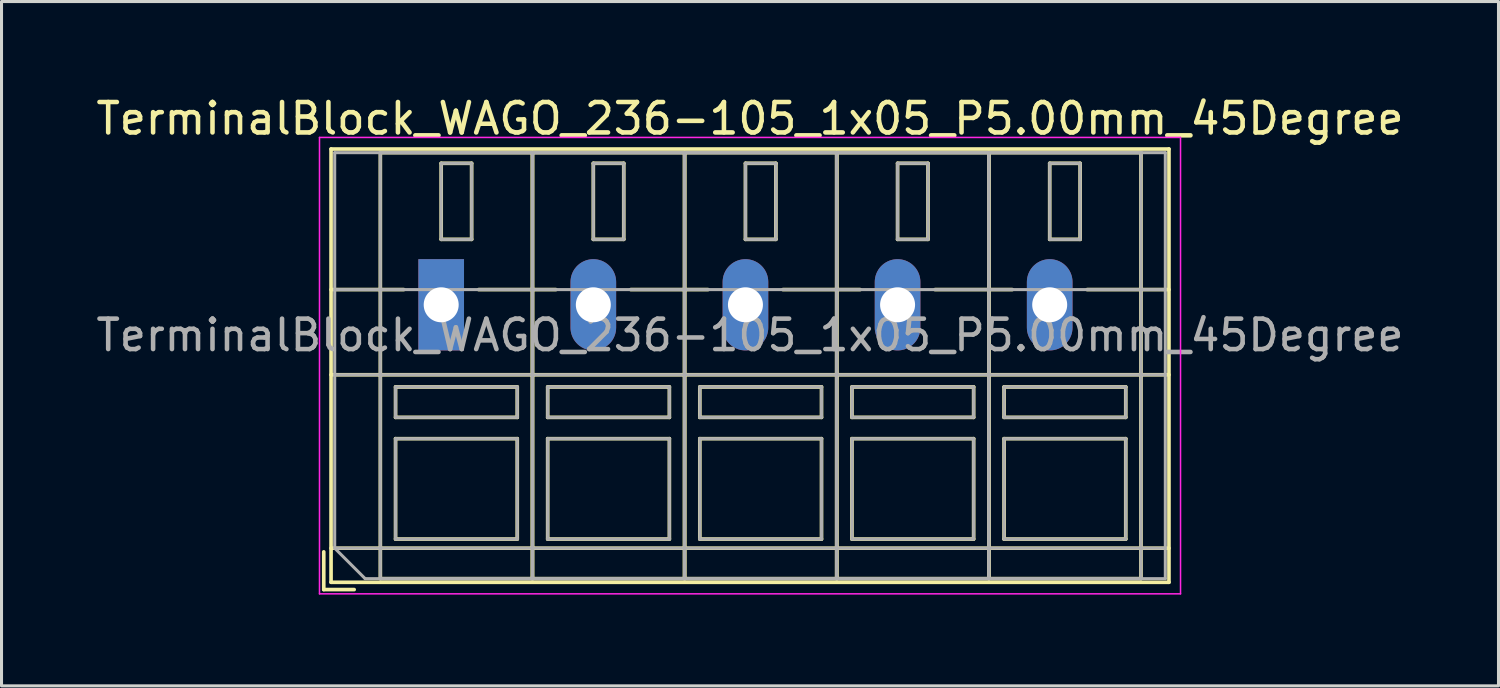
<source format=kicad_pcb>
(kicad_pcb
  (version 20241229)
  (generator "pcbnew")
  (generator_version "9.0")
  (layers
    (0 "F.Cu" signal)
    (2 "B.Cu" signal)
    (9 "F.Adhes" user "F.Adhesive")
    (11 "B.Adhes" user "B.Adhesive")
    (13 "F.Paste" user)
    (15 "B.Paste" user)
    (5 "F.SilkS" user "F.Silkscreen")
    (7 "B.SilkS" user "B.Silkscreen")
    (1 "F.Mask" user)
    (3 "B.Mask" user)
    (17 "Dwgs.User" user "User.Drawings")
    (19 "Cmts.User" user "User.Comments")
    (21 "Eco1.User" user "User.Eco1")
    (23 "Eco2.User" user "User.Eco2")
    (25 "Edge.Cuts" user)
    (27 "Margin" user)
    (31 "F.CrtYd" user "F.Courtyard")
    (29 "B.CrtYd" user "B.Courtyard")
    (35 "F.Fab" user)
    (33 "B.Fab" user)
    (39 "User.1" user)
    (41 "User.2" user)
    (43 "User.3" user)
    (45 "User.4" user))
  (footprint "TerminalBlock_WAGO_236-105_1x05_P5.00mm_45Degree"
    (layer "F.Cu")
    (at 11.451 6.968)
    (property "Reference" "TerminalBlock_WAGO_236-105_1x05_P5.00mm_45Degree" (at 10.15 -6.12 0) (layer "F.SilkS") (effects (font (size 1 1) (thickness 0.15))))
    (attr through_hole)
    (fp_line (start -3.86 8.12) (end -3.86 9.36) (stroke (width 0.12) (type solid)) (layer "F.SilkS"))
    (fp_line (start -3.86 9.36) (end -2.86 9.36) (stroke (width 0.12) (type solid)) (layer "F.SilkS"))
    (fp_line (start -3.62 -5.12) (end -3.62 9.12) (stroke (width 0.12) (type solid)) (layer "F.SilkS"))
    (fp_line (start -3.62 -5.12) (end 23.92 -5.12) (stroke (width 0.12) (type solid)) (layer "F.SilkS"))
    (fp_line (start -3.62 -0.5) (end -1.23 -0.5) (stroke (width 0.12) (type solid)) (layer "F.SilkS"))
    (fp_line (start -3.62 2.3) (end 23.92 2.3) (stroke (width 0.12) (type solid)) (layer "F.SilkS"))
    (fp_line (start -3.62 8) (end 23.92 8) (stroke (width 0.12) (type solid)) (layer "F.SilkS"))
    (fp_line (start -3.62 9.12) (end 23.92 9.12) (stroke (width 0.12) (type solid)) (layer "F.SilkS"))
    (fp_line (start -2 -5) (end -2 9) (stroke (width 0.12) (type solid)) (layer "F.SilkS"))
    (fp_line (start -2 -5) (end 3 -5) (stroke (width 0.12) (type solid)) (layer "F.SilkS"))
    (fp_line (start -2 9) (end 3 9) (stroke (width 0.12) (type solid)) (layer "F.SilkS"))
    (fp_line (start -1.5 2.7) (end -1.5 3.7) (stroke (width 0.12) (type solid)) (layer "F.SilkS"))
    (fp_line (start -1.5 2.7) (end 2.5 2.7) (stroke (width 0.12) (type solid)) (layer "F.SilkS"))
    (fp_line (start -1.5 3.7) (end 2.5 3.7) (stroke (width 0.12) (type solid)) (layer "F.SilkS"))
    (fp_line (start -1.5 4.4) (end -1.5 7.7) (stroke (width 0.12) (type solid)) (layer "F.SilkS"))
    (fp_line (start -1.5 4.4) (end 2.5 4.4) (stroke (width 0.12) (type solid)) (layer "F.SilkS"))
    (fp_line (start -1.5 7.7) (end 2.5 7.7) (stroke (width 0.12) (type solid)) (layer "F.SilkS"))
    (fp_line (start 0 -4.65) (end 0 -2.151) (stroke (width 0.12) (type solid)) (layer "F.SilkS"))
    (fp_line (start 0 -4.65) (end 1 -4.65) (stroke (width 0.12) (type solid)) (layer "F.SilkS"))
    (fp_line (start 0 -2.151) (end 1 -2.151) (stroke (width 0.12) (type solid)) (layer "F.SilkS"))
    (fp_line (start 1 -4.65) (end 1 -2.151) (stroke (width 0.12) (type solid)) (layer "F.SilkS"))
    (fp_line (start 1.23 -0.5) (end 3.77 -0.5) (stroke (width 0.12) (type solid)) (layer "F.SilkS"))
    (fp_line (start 2.5 2.7) (end 2.5 3.7) (stroke (width 0.12) (type solid)) (layer "F.SilkS"))
    (fp_line (start 2.5 4.4) (end 2.5 7.7) (stroke (width 0.12) (type solid)) (layer "F.SilkS"))
    (fp_line (start 3 -5) (end 3 9) (stroke (width 0.12) (type solid)) (layer "F.SilkS"))
    (fp_line (start 3 -5) (end 3 9) (stroke (width 0.12) (type solid)) (layer "F.SilkS"))
    (fp_line (start 3 -5) (end 8 -5) (stroke (width 0.12) (type solid)) (layer "F.SilkS"))
    (fp_line (start 3 9) (end 8 9) (stroke (width 0.12) (type solid)) (layer "F.SilkS"))
    (fp_line (start 3.5 2.7) (end 3.5 3.7) (stroke (width 0.12) (type solid)) (layer "F.SilkS"))
    (fp_line (start 3.5 2.7) (end 7.5 2.7) (stroke (width 0.12) (type solid)) (layer "F.SilkS"))
    (fp_line (start 3.5 3.7) (end 7.5 3.7) (stroke (width 0.12) (type solid)) (layer "F.SilkS"))
    (fp_line (start 3.5 4.4) (end 3.5 7.7) (stroke (width 0.12) (type solid)) (layer "F.SilkS"))
    (fp_line (start 3.5 4.4) (end 7.5 4.4) (stroke (width 0.12) (type solid)) (layer "F.SilkS"))
    (fp_line (start 3.5 7.7) (end 7.5 7.7) (stroke (width 0.12) (type solid)) (layer "F.SilkS"))
    (fp_line (start 5 -4.65) (end 5 -2.151) (stroke (width 0.12) (type solid)) (layer "F.SilkS"))
    (fp_line (start 5 -4.65) (end 6 -4.65) (stroke (width 0.12) (type solid)) (layer "F.SilkS"))
    (fp_line (start 5 -2.151) (end 6 -2.151) (stroke (width 0.12) (type solid)) (layer "F.SilkS"))
    (fp_line (start 6 -4.65) (end 6 -2.151) (stroke (width 0.12) (type solid)) (layer "F.SilkS"))
    (fp_line (start 6.23 -0.5) (end 8.77 -0.5) (stroke (width 0.12) (type solid)) (layer "F.SilkS"))
    (fp_line (start 7.5 2.7) (end 7.5 3.7) (stroke (width 0.12) (type solid)) (layer "F.SilkS"))
    (fp_line (start 7.5 4.4) (end 7.5 7.7) (stroke (width 0.12) (type solid)) (layer "F.SilkS"))
    (fp_line (start 8 -5) (end 8 9) (stroke (width 0.12) (type solid)) (layer "F.SilkS"))
    (fp_line (start 8 -5) (end 8 9) (stroke (width 0.12) (type solid)) (layer "F.SilkS"))
    (fp_line (start 8 -5) (end 13 -5) (stroke (width 0.12) (type solid)) (layer "F.SilkS"))
    (fp_line (start 8 9) (end 13 9) (stroke (width 0.12) (type solid)) (layer "F.SilkS"))
    (fp_line (start 8.5 2.7) (end 8.5 3.7) (stroke (width 0.12) (type solid)) (layer "F.SilkS"))
    (fp_line (start 8.5 2.7) (end 12.5 2.7) (stroke (width 0.12) (type solid)) (layer "F.SilkS"))
    (fp_line (start 8.5 3.7) (end 12.5 3.7) (stroke (width 0.12) (type solid)) (layer "F.SilkS"))
    (fp_line (start 8.5 4.4) (end 8.5 7.7) (stroke (width 0.12) (type solid)) (layer "F.SilkS"))
    (fp_line (start 8.5 4.4) (end 12.5 4.4) (stroke (width 0.12) (type solid)) (layer "F.SilkS"))
    (fp_line (start 8.5 7.7) (end 12.5 7.7) (stroke (width 0.12) (type solid)) (layer "F.SilkS"))
    (fp_line (start 10 -4.65) (end 10 -2.151) (stroke (width 0.12) (type solid)) (layer "F.SilkS"))
    (fp_line (start 10 -4.65) (end 11 -4.65) (stroke (width 0.12) (type solid)) (layer "F.SilkS"))
    (fp_line (start 10 -2.151) (end 11 -2.151) (stroke (width 0.12) (type solid)) (layer "F.SilkS"))
    (fp_line (start 11 -4.65) (end 11 -2.151) (stroke (width 0.12) (type solid)) (layer "F.SilkS"))
    (fp_line (start 11.23 -0.5) (end 13.77 -0.5) (stroke (width 0.12) (type solid)) (layer "F.SilkS"))
    (fp_line (start 12.5 2.7) (end 12.5 3.7) (stroke (width 0.12) (type solid)) (layer "F.SilkS"))
    (fp_line (start 12.5 4.4) (end 12.5 7.7) (stroke (width 0.12) (type solid)) (layer "F.SilkS"))
    (fp_line (start 13 -5) (end 13 9) (stroke (width 0.12) (type solid)) (layer "F.SilkS"))
    (fp_line (start 13 -5) (end 13 9) (stroke (width 0.12) (type solid)) (layer "F.SilkS"))
    (fp_line (start 13 -5) (end 18 -5) (stroke (width 0.12) (type solid)) (layer "F.SilkS"))
    (fp_line (start 13 9) (end 18 9) (stroke (width 0.12) (type solid)) (layer "F.SilkS"))
    (fp_line (start 13.5 2.7) (end 13.5 3.7) (stroke (width 0.12) (type solid)) (layer "F.SilkS"))
    (fp_line (start 13.5 2.7) (end 17.5 2.7) (stroke (width 0.12) (type solid)) (layer "F.SilkS"))
    (fp_line (start 13.5 3.7) (end 17.5 3.7) (stroke (width 0.12) (type solid)) (layer "F.SilkS"))
    (fp_line (start 13.5 4.4) (end 13.5 7.7) (stroke (width 0.12) (type solid)) (layer "F.SilkS"))
    (fp_line (start 13.5 4.4) (end 17.5 4.4) (stroke (width 0.12) (type solid)) (layer "F.SilkS"))
    (fp_line (start 13.5 7.7) (end 17.5 7.7) (stroke (width 0.12) (type solid)) (layer "F.SilkS"))
    (fp_line (start 15 -4.65) (end 15 -2.151) (stroke (width 0.12) (type solid)) (layer "F.SilkS"))
    (fp_line (start 15 -4.65) (end 16 -4.65) (stroke (width 0.12) (type solid)) (layer "F.SilkS"))
    (fp_line (start 15 -2.151) (end 16 -2.151) (stroke (width 0.12) (type solid)) (layer "F.SilkS"))
    (fp_line (start 16 -4.65) (end 16 -2.151) (stroke (width 0.12) (type solid)) (layer "F.SilkS"))
    (fp_line (start 16.23 -0.5) (end 18.77 -0.5) (stroke (width 0.12) (type solid)) (layer "F.SilkS"))
    (fp_line (start 17.5 2.7) (end 17.5 3.7) (stroke (width 0.12) (type solid)) (layer "F.SilkS"))
    (fp_line (start 17.5 4.4) (end 17.5 7.7) (stroke (width 0.12) (type solid)) (layer "F.SilkS"))
    (fp_line (start 18 -5) (end 18 9) (stroke (width 0.12) (type solid)) (layer "F.SilkS"))
    (fp_line (start 18 -5) (end 18 9) (stroke (width 0.12) (type solid)) (layer "F.SilkS"))
    (fp_line (start 18 -5) (end 23 -5) (stroke (width 0.12) (type solid)) (layer "F.SilkS"))
    (fp_line (start 18 9) (end 23 9) (stroke (width 0.12) (type solid)) (layer "F.SilkS"))
    (fp_line (start 18.5 2.7) (end 18.5 3.7) (stroke (width 0.12) (type solid)) (layer "F.SilkS"))
    (fp_line (start 18.5 2.7) (end 22.5 2.7) (stroke (width 0.12) (type solid)) (layer "F.SilkS"))
    (fp_line (start 18.5 3.7) (end 22.5 3.7) (stroke (width 0.12) (type solid)) (layer "F.SilkS"))
    (fp_line (start 18.5 4.4) (end 18.5 7.7) (stroke (width 0.12) (type solid)) (layer "F.SilkS"))
    (fp_line (start 18.5 4.4) (end 22.5 4.4) (stroke (width 0.12) (type solid)) (layer "F.SilkS"))
    (fp_line (start 18.5 7.7) (end 22.5 7.7) (stroke (width 0.12) (type solid)) (layer "F.SilkS"))
    (fp_line (start 20 -4.65) (end 20 -2.151) (stroke (width 0.12) (type solid)) (layer "F.SilkS"))
    (fp_line (start 20 -4.65) (end 21 -4.65) (stroke (width 0.12) (type solid)) (layer "F.SilkS"))
    (fp_line (start 20 -2.151) (end 21 -2.151) (stroke (width 0.12) (type solid)) (layer "F.SilkS"))
    (fp_line (start 21 -4.65) (end 21 -2.151) (stroke (width 0.12) (type solid)) (layer "F.SilkS"))
    (fp_line (start 21.23 -0.5) (end 23.92 -0.5) (stroke (width 0.12) (type solid)) (layer "F.SilkS"))
    (fp_line (start 22.5 2.7) (end 22.5 3.7) (stroke (width 0.12) (type solid)) (layer "F.SilkS"))
    (fp_line (start 22.5 4.4) (end 22.5 7.7) (stroke (width 0.12) (type solid)) (layer "F.SilkS"))
    (fp_line (start 23 -5) (end 23 9) (stroke (width 0.12) (type solid)) (layer "F.SilkS"))
    (fp_line (start 23.92 -5.12) (end 23.92 9.12) (stroke (width 0.12) (type solid)) (layer "F.SilkS"))
    (fp_line (start -4 -5.5) (end -4 9.5) (stroke (width 0.05) (type solid)) (layer "F.CrtYd"))
    (fp_line (start -4 9.5) (end 24.3 9.5) (stroke (width 0.05) (type solid)) (layer "F.CrtYd"))
    (fp_line (start 24.3 -5.5) (end -4 -5.5) (stroke (width 0.05) (type solid)) (layer "F.CrtYd"))
    (fp_line (start 24.3 9.5) (end 24.3 -5.5) (stroke (width 0.05) (type solid)) (layer "F.CrtYd"))
    (fp_line (start -3.5 -5) (end 23.8 -5) (stroke (width 0.1) (type solid)) (layer "F.Fab"))
    (fp_line (start -3.5 -0.5) (end 23.8 -0.5) (stroke (width 0.1) (type solid)) (layer "F.Fab"))
    (fp_line (start -3.5 2.3) (end 23.8 2.3) (stroke (width 0.1) (type solid)) (layer "F.Fab"))
    (fp_line (start -3.5 8) (end -3.5 -5) (stroke (width 0.1) (type solid)) (layer "F.Fab"))
    (fp_line (start -3.5 8) (end 23.8 8) (stroke (width 0.1) (type solid)) (layer "F.Fab"))
    (fp_line (start -2.5 9) (end -3.5 8) (stroke (width 0.1) (type solid)) (layer "F.Fab"))
    (fp_line (start -2 -5) (end -2 9) (stroke (width 0.1) (type solid)) (layer "F.Fab"))
    (fp_line (start -2 9) (end 3 9) (stroke (width 0.1) (type solid)) (layer "F.Fab"))
    (fp_line (start -1.5 2.7) (end -1.5 3.7) (stroke (width 0.1) (type solid)) (layer "F.Fab"))
    (fp_line (start -1.5 3.7) (end 2.5 3.7) (stroke (width 0.1) (type solid)) (layer "F.Fab"))
    (fp_line (start -1.5 4.4) (end -1.5 7.7) (stroke (width 0.1) (type solid)) (layer "F.Fab"))
    (fp_line (start -1.5 7.7) (end 2.5 7.7) (stroke (width 0.1) (type solid)) (layer "F.Fab"))
    (fp_line (start 0 -4.65) (end 0 -2.15) (stroke (width 0.1) (type solid)) (layer "F.Fab"))
    (fp_line (start 0 -2.15) (end 1 -2.15) (stroke (width 0.1) (type solid)) (layer "F.Fab"))
    (fp_line (start 1 -4.65) (end 0 -4.65) (stroke (width 0.1) (type solid)) (layer "F.Fab"))
    (fp_line (start 1 -2.15) (end 1 -4.65) (stroke (width 0.1) (type solid)) (layer "F.Fab"))
    (fp_line (start 2.5 2.7) (end -1.5 2.7) (stroke (width 0.1) (type solid)) (layer "F.Fab"))
    (fp_line (start 2.5 3.7) (end 2.5 2.7) (stroke (width 0.1) (type solid)) (layer "F.Fab"))
    (fp_line (start 2.5 4.4) (end -1.5 4.4) (stroke (width 0.1) (type solid)) (layer "F.Fab"))
    (fp_line (start 2.5 7.7) (end 2.5 4.4) (stroke (width 0.1) (type solid)) (layer "F.Fab"))
    (fp_line (start 3 -5) (end -2 -5) (stroke (width 0.1) (type solid)) (layer "F.Fab"))
    (fp_line (start 3 -5) (end 3 9) (stroke (width 0.1) (type solid)) (layer "F.Fab"))
    (fp_line (start 3 9) (end 3 -5) (stroke (width 0.1) (type solid)) (layer "F.Fab"))
    (fp_line (start 3 9) (end 8 9) (stroke (width 0.1) (type solid)) (layer "F.Fab"))
    (fp_line (start 3.5 2.7) (end 3.5 3.7) (stroke (width 0.1) (type solid)) (layer "F.Fab"))
    (fp_line (start 3.5 3.7) (end 7.5 3.7) (stroke (width 0.1) (type solid)) (layer "F.Fab"))
    (fp_line (start 3.5 4.4) (end 3.5 7.7) (stroke (width 0.1) (type solid)) (layer "F.Fab"))
    (fp_line (start 3.5 7.7) (end 7.5 7.7) (stroke (width 0.1) (type solid)) (layer "F.Fab"))
    (fp_line (start 5 -4.65) (end 5 -2.15) (stroke (width 0.1) (type solid)) (layer "F.Fab"))
    (fp_line (start 5 -2.15) (end 6 -2.15) (stroke (width 0.1) (type solid)) (layer "F.Fab"))
    (fp_line (start 6 -4.65) (end 5 -4.65) (stroke (width 0.1) (type solid)) (layer "F.Fab"))
    (fp_line (start 6 -2.15) (end 6 -4.65) (stroke (width 0.1) (type solid)) (layer "F.Fab"))
    (fp_line (start 7.5 2.7) (end 3.5 2.7) (stroke (width 0.1) (type solid)) (layer "F.Fab"))
    (fp_line (start 7.5 3.7) (end 7.5 2.7) (stroke (width 0.1) (type solid)) (layer "F.Fab"))
    (fp_line (start 7.5 4.4) (end 3.5 4.4) (stroke (width 0.1) (type solid)) (layer "F.Fab"))
    (fp_line (start 7.5 7.7) (end 7.5 4.4) (stroke (width 0.1) (type solid)) (layer "F.Fab"))
    (fp_line (start 8 -5) (end 3 -5) (stroke (width 0.1) (type solid)) (layer "F.Fab"))
    (fp_line (start 8 -5) (end 8 9) (stroke (width 0.1) (type solid)) (layer "F.Fab"))
    (fp_line (start 8 9) (end 8 -5) (stroke (width 0.1) (type solid)) (layer "F.Fab"))
    (fp_line (start 8 9) (end 13 9) (stroke (width 0.1) (type solid)) (layer "F.Fab"))
    (fp_line (start 8.5 2.7) (end 8.5 3.7) (stroke (width 0.1) (type solid)) (layer "F.Fab"))
    (fp_line (start 8.5 3.7) (end 12.5 3.7) (stroke (width 0.1) (type solid)) (layer "F.Fab"))
    (fp_line (start 8.5 4.4) (end 8.5 7.7) (stroke (width 0.1) (type solid)) (layer "F.Fab"))
    (fp_line (start 8.5 7.7) (end 12.5 7.7) (stroke (width 0.1) (type solid)) (layer "F.Fab"))
    (fp_line (start 10 -4.65) (end 10 -2.15) (stroke (width 0.1) (type solid)) (layer "F.Fab"))
    (fp_line (start 10 -2.15) (end 11 -2.15) (stroke (width 0.1) (type solid)) (layer "F.Fab"))
    (fp_line (start 11 -4.65) (end 10 -4.65) (stroke (width 0.1) (type solid)) (layer "F.Fab"))
    (fp_line (start 11 -2.15) (end 11 -4.65) (stroke (width 0.1) (type solid)) (layer "F.Fab"))
    (fp_line (start 12.5 2.7) (end 8.5 2.7) (stroke (width 0.1) (type solid)) (layer "F.Fab"))
    (fp_line (start 12.5 3.7) (end 12.5 2.7) (stroke (width 0.1) (type solid)) (layer "F.Fab"))
    (fp_line (start 12.5 4.4) (end 8.5 4.4) (stroke (width 0.1) (type solid)) (layer "F.Fab"))
    (fp_line (start 12.5 7.7) (end 12.5 4.4) (stroke (width 0.1) (type solid)) (layer "F.Fab"))
    (fp_line (start 13 -5) (end 8 -5) (stroke (width 0.1) (type solid)) (layer "F.Fab"))
    (fp_line (start 13 -5) (end 13 9) (stroke (width 0.1) (type solid)) (layer "F.Fab"))
    (fp_line (start 13 9) (end 13 -5) (stroke (width 0.1) (type solid)) (layer "F.Fab"))
    (fp_line (start 13 9) (end 18 9) (stroke (width 0.1) (type solid)) (layer "F.Fab"))
    (fp_line (start 13.5 2.7) (end 13.5 3.7) (stroke (width 0.1) (type solid)) (layer "F.Fab"))
    (fp_line (start 13.5 3.7) (end 17.5 3.7) (stroke (width 0.1) (type solid)) (layer "F.Fab"))
    (fp_line (start 13.5 4.4) (end 13.5 7.7) (stroke (width 0.1) (type solid)) (layer "F.Fab"))
    (fp_line (start 13.5 7.7) (end 17.5 7.7) (stroke (width 0.1) (type solid)) (layer "F.Fab"))
    (fp_line (start 15 -4.65) (end 15 -2.15) (stroke (width 0.1) (type solid)) (layer "F.Fab"))
    (fp_line (start 15 -2.15) (end 16 -2.15) (stroke (width 0.1) (type solid)) (layer "F.Fab"))
    (fp_line (start 16 -4.65) (end 15 -4.65) (stroke (width 0.1) (type solid)) (layer "F.Fab"))
    (fp_line (start 16 -2.15) (end 16 -4.65) (stroke (width 0.1) (type solid)) (layer "F.Fab"))
    (fp_line (start 17.5 2.7) (end 13.5 2.7) (stroke (width 0.1) (type solid)) (layer "F.Fab"))
    (fp_line (start 17.5 3.7) (end 17.5 2.7) (stroke (width 0.1) (type solid)) (layer "F.Fab"))
    (fp_line (start 17.5 4.4) (end 13.5 4.4) (stroke (width 0.1) (type solid)) (layer "F.Fab"))
    (fp_line (start 17.5 7.7) (end 17.5 4.4) (stroke (width 0.1) (type solid)) (layer "F.Fab"))
    (fp_line (start 18 -5) (end 13 -5) (stroke (width 0.1) (type solid)) (layer "F.Fab"))
    (fp_line (start 18 -5) (end 18 9) (stroke (width 0.1) (type solid)) (layer "F.Fab"))
    (fp_line (start 18 9) (end 18 -5) (stroke (width 0.1) (type solid)) (layer "F.Fab"))
    (fp_line (start 18 9) (end 23 9) (stroke (width 0.1) (type solid)) (layer "F.Fab"))
    (fp_line (start 18.5 2.7) (end 18.5 3.7) (stroke (width 0.1) (type solid)) (layer "F.Fab"))
    (fp_line (start 18.5 3.7) (end 22.5 3.7) (stroke (width 0.1) (type solid)) (layer "F.Fab"))
    (fp_line (start 18.5 4.4) (end 18.5 7.7) (stroke (width 0.1) (type solid)) (layer "F.Fab"))
    (fp_line (start 18.5 7.7) (end 22.5 7.7) (stroke (width 0.1) (type solid)) (layer "F.Fab"))
    (fp_line (start 20 -4.65) (end 20 -2.15) (stroke (width 0.1) (type solid)) (layer "F.Fab"))
    (fp_line (start 20 -2.15) (end 21 -2.15) (stroke (width 0.1) (type solid)) (layer "F.Fab"))
    (fp_line (start 21 -4.65) (end 20 -4.65) (stroke (width 0.1) (type solid)) (layer "F.Fab"))
    (fp_line (start 21 -2.15) (end 21 -4.65) (stroke (width 0.1) (type solid)) (layer "F.Fab"))
    (fp_line (start 22.5 2.7) (end 18.5 2.7) (stroke (width 0.1) (type solid)) (layer "F.Fab"))
    (fp_line (start 22.5 3.7) (end 22.5 2.7) (stroke (width 0.1) (type solid)) (layer "F.Fab"))
    (fp_line (start 22.5 4.4) (end 18.5 4.4) (stroke (width 0.1) (type solid)) (layer "F.Fab"))
    (fp_line (start 22.5 7.7) (end 22.5 4.4) (stroke (width 0.1) (type solid)) (layer "F.Fab"))
    (fp_line (start 23 -5) (end 18 -5) (stroke (width 0.1) (type solid)) (layer "F.Fab"))
    (fp_line (start 23 9) (end 23 -5) (stroke (width 0.1) (type solid)) (layer "F.Fab"))
    (fp_line (start 23.8 -5) (end 23.8 9) (stroke (width 0.1) (type solid)) (layer "F.Fab"))
    (fp_line (start 23.8 9) (end -2.5 9) (stroke (width 0.1) (type solid)) (layer "F.Fab"))
    (fp_text user "${REFERENCE}" (at 10.15 1 0) (layer "F.Fab") (effects (font (size 1 1) (thickness 0.15))))
    (pad "1" thru_hole rect (at 0 0) (size 1.5 3) (drill 1.15) (layers "*.Cu" "*.Mask"))
    (pad "2" thru_hole oval (at 5 0) (size 1.5 3) (drill 1.15) (layers "*.Cu" "*.Mask"))
    (pad "3" thru_hole oval (at 10 0) (size 1.5 3) (drill 1.15) (layers "*.Cu" "*.Mask"))
    (pad "4" thru_hole oval (at 15 0) (size 1.5 3) (drill 1.15) (layers "*.Cu" "*.Mask"))
    (pad "5" thru_hole oval (at 20 0) (size 1.5 3) (drill 1.15) (layers "*.Cu" "*.Mask")))
  (gr_rect
    (start -3 -3)
    (end 46.202 19.493)
    (stroke (width 0.1) (type default))
    (fill no)
    (layer "Edge.Cuts")))
</source>
